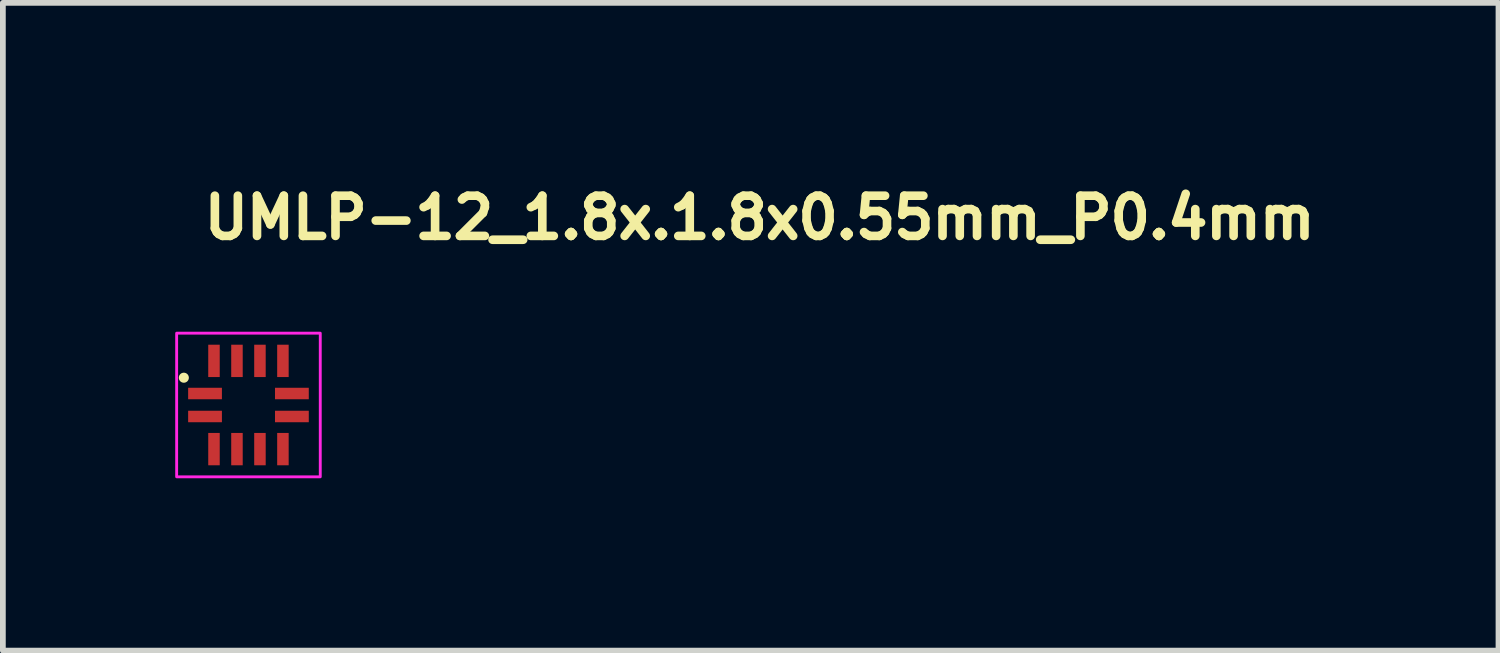
<source format=kicad_pcb>
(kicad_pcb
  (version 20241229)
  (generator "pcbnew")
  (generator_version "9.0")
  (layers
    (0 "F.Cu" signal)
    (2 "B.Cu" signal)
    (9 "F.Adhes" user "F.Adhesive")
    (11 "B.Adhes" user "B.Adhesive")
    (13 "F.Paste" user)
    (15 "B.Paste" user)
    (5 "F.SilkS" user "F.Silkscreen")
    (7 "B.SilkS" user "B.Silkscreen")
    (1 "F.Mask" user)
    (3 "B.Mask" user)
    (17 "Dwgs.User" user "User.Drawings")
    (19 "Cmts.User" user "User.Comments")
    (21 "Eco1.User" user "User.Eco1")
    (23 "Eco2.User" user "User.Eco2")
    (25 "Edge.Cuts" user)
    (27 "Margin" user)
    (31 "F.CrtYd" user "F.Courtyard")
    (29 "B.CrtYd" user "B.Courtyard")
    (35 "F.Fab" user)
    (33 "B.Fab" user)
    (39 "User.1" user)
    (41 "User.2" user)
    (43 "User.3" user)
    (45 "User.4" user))
  (footprint "UMLP-12_1.8x.1.8x0.55mm_P0.4mm"
    (layer "F.Cu")
    (at 1.275 4)
    (property "Reference" "UMLP-12_1.8x.1.8x0.55mm_P0.4mm" (at -0.85 -2.85 0) (layer "F.SilkS") (effects (font (size 0.7 0.7) (thickness 0.15)) (justify left bottom)))
    (attr smd)
    (fp_circle (center -1.125 -0.475) (end -1.075 -0.475) (stroke (width 0.075) (type solid)) (fill yes) (layer "F.SilkS"))
    (fp_rect (start -1.25 -1.25) (end 1.25 1.25) (stroke (width 0.05) (type solid)) (fill no) (layer "F.CrtYd"))
    (fp_rect (start -0.95 -0.95) (end 0.95 0.95) (stroke (width 0.1) (type solid)) (fill no) (layer "User.5"))
    (fp_line (start -0.95 -0.3) (end -0.9 -0.3) (stroke (width 0.02) (type solid)) (layer "User.9"))
    (fp_line (start -0.95 -0.1) (end -0.95 -0.3) (stroke (width 0.02) (type solid)) (layer "User.9"))
    (fp_line (start -0.95 -0.1) (end -0.9 -0.1) (stroke (width 0.02) (type solid)) (layer "User.9"))
    (fp_line (start -0.95 0.1) (end -0.9 0.1) (stroke (width 0.02) (type solid)) (layer "User.9"))
    (fp_line (start -0.95 0.3) (end -0.95 0.1) (stroke (width 0.02) (type solid)) (layer "User.9"))
    (fp_line (start -0.95 0.3) (end -0.9 0.3) (stroke (width 0.02) (type solid)) (layer "User.9"))
    (fp_line (start -0.9 -0.9) (end 0.9 -0.9) (stroke (width 0.02) (type solid)) (layer "User.9"))
    (fp_line (start -0.9 0.9) (end -0.9 -0.9) (stroke (width 0.02) (type solid)) (layer "User.9"))
    (fp_line (start -0.9 0.9) (end 0.9 0.9) (stroke (width 0.02) (type solid)) (layer "User.9"))
    (fp_line (start -0.788 -0.675) (end -0.784 -0.646) (stroke (width 0.02) (type solid)) (layer "User.9"))
    (fp_line (start -0.784 -0.704) (end -0.788 -0.675) (stroke (width 0.02) (type solid)) (layer "User.9"))
    (fp_line (start -0.784 -0.646) (end -0.772 -0.619) (stroke (width 0.02) (type solid)) (layer "User.9"))
    (fp_line (start -0.772 -0.731) (end -0.784 -0.704) (stroke (width 0.02) (type solid)) (layer "User.9"))
    (fp_line (start -0.772 -0.619) (end -0.755 -0.595) (stroke (width 0.02) (type solid)) (layer "User.9"))
    (fp_line (start -0.755 -0.755) (end -0.772 -0.731) (stroke (width 0.02) (type solid)) (layer "User.9"))
    (fp_line (start -0.755 -0.595) (end -0.731 -0.578) (stroke (width 0.02) (type solid)) (layer "User.9"))
    (fp_line (start -0.731 -0.772) (end -0.755 -0.755) (stroke (width 0.02) (type solid)) (layer "User.9"))
    (fp_line (start -0.731 -0.578) (end -0.704 -0.566) (stroke (width 0.02) (type solid)) (layer "User.9"))
    (fp_line (start -0.704 -0.784) (end -0.731 -0.772) (stroke (width 0.02) (type solid)) (layer "User.9"))
    (fp_line (start -0.704 -0.566) (end -0.675 -0.562) (stroke (width 0.02) (type solid)) (layer "User.9"))
    (fp_line (start -0.7 -0.95) (end -0.5 -0.95) (stroke (width 0.02) (type solid)) (layer "User.9"))
    (fp_line (start -0.7 -0.9) (end -0.7 -0.95) (stroke (width 0.02) (type solid)) (layer "User.9"))
    (fp_line (start -0.7 0.95) (end -0.7 0.9) (stroke (width 0.02) (type solid)) (layer "User.9"))
    (fp_line (start -0.7 0.95) (end -0.5 0.95) (stroke (width 0.02) (type solid)) (layer "User.9"))
    (fp_line (start -0.675 -0.788) (end -0.704 -0.784) (stroke (width 0.02) (type solid)) (layer "User.9"))
    (fp_line (start -0.675 -0.562) (end -0.646 -0.566) (stroke (width 0.02) (type solid)) (layer "User.9"))
    (fp_line (start -0.646 -0.784) (end -0.675 -0.788) (stroke (width 0.02) (type solid)) (layer "User.9"))
    (fp_line (start -0.646 -0.566) (end -0.619 -0.578) (stroke (width 0.02) (type solid)) (layer "User.9"))
    (fp_line (start -0.619 -0.772) (end -0.646 -0.784) (stroke (width 0.02) (type solid)) (layer "User.9"))
    (fp_line (start -0.619 -0.578) (end -0.595 -0.595) (stroke (width 0.02) (type solid)) (layer "User.9"))
    (fp_line (start -0.595 -0.755) (end -0.619 -0.772) (stroke (width 0.02) (type solid)) (layer "User.9"))
    (fp_line (start -0.595 -0.595) (end -0.578 -0.619) (stroke (width 0.02) (type solid)) (layer "User.9"))
    (fp_line (start -0.578 -0.731) (end -0.595 -0.755) (stroke (width 0.02) (type solid)) (layer "User.9"))
    (fp_line (start -0.578 -0.619) (end -0.566 -0.646) (stroke (width 0.02) (type solid)) (layer "User.9"))
    (fp_line (start -0.566 -0.704) (end -0.578 -0.731) (stroke (width 0.02) (type solid)) (layer "User.9"))
    (fp_line (start -0.566 -0.646) (end -0.562 -0.675) (stroke (width 0.02) (type solid)) (layer "User.9"))
    (fp_line (start -0.562 -0.675) (end -0.566 -0.704) (stroke (width 0.02) (type solid)) (layer "User.9"))
    (fp_line (start -0.5 -0.9) (end -0.5 -0.95) (stroke (width 0.02) (type solid)) (layer "User.9"))
    (fp_line (start -0.5 0.95) (end -0.5 0.9) (stroke (width 0.02) (type solid)) (layer "User.9"))
    (fp_line (start -0.3 -0.95) (end -0.1 -0.95) (stroke (width 0.02) (type solid)) (layer "User.9"))
    (fp_line (start -0.3 -0.9) (end -0.3 -0.95) (stroke (width 0.02) (type solid)) (layer "User.9"))
    (fp_line (start -0.3 0.95) (end -0.3 0.9) (stroke (width 0.02) (type solid)) (layer "User.9"))
    (fp_line (start -0.3 0.95) (end -0.1 0.95) (stroke (width 0.02) (type solid)) (layer "User.9"))
    (fp_line (start -0.1 -0.9) (end -0.1 -0.95) (stroke (width 0.02) (type solid)) (layer "User.9"))
    (fp_line (start -0.1 0.95) (end -0.1 0.9) (stroke (width 0.02) (type solid)) (layer "User.9"))
    (fp_line (start 0.1 -0.95) (end 0.3 -0.95) (stroke (width 0.02) (type solid)) (layer "User.9"))
    (fp_line (start 0.1 -0.9) (end 0.1 -0.95) (stroke (width 0.02) (type solid)) (layer "User.9"))
    (fp_line (start 0.1 0.95) (end 0.1 0.9) (stroke (width 0.02) (type solid)) (layer "User.9"))
    (fp_line (start 0.1 0.95) (end 0.3 0.95) (stroke (width 0.02) (type solid)) (layer "User.9"))
    (fp_line (start 0.3 -0.9) (end 0.3 -0.95) (stroke (width 0.02) (type solid)) (layer "User.9"))
    (fp_line (start 0.3 0.95) (end 0.3 0.9) (stroke (width 0.02) (type solid)) (layer "User.9"))
    (fp_line (start 0.5 -0.95) (end 0.7 -0.95) (stroke (width 0.02) (type solid)) (layer "User.9"))
    (fp_line (start 0.5 -0.9) (end 0.5 -0.95) (stroke (width 0.02) (type solid)) (layer "User.9"))
    (fp_line (start 0.5 0.95) (end 0.5 0.9) (stroke (width 0.02) (type solid)) (layer "User.9"))
    (fp_line (start 0.5 0.95) (end 0.7 0.95) (stroke (width 0.02) (type solid)) (layer "User.9"))
    (fp_line (start 0.7 -0.9) (end 0.7 -0.95) (stroke (width 0.02) (type solid)) (layer "User.9"))
    (fp_line (start 0.7 0.95) (end 0.7 0.9) (stroke (width 0.02) (type solid)) (layer "User.9"))
    (fp_line (start 0.9 -0.3) (end 0.95 -0.3) (stroke (width 0.02) (type solid)) (layer "User.9"))
    (fp_line (start 0.9 -0.1) (end 0.95 -0.1) (stroke (width 0.02) (type solid)) (layer "User.9"))
    (fp_line (start 0.9 0.1) (end 0.95 0.1) (stroke (width 0.02) (type solid)) (layer "User.9"))
    (fp_line (start 0.9 0.3) (end 0.95 0.3) (stroke (width 0.02) (type solid)) (layer "User.9"))
    (fp_line (start 0.9 0.9) (end 0.9 -0.9) (stroke (width 0.02) (type solid)) (layer "User.9"))
    (fp_line (start 0.95 -0.1) (end 0.95 -0.3) (stroke (width 0.02) (type solid)) (layer "User.9"))
    (fp_line (start 0.95 0.3) (end 0.95 0.1) (stroke (width 0.02) (type solid)) (layer "User.9"))
    (pad "1" smd rect (at -0.756 -0.2 90) (size 0.2 0.588) (layers "F.Cu" "F.Mask" "F.Paste"))
    (pad "2" smd rect (at -0.756 0.2 90) (size 0.2 0.588) (layers "F.Cu" "F.Mask" "F.Paste"))
    (pad "3" smd rect (at -0.6 0.768) (size 0.2 0.563) (layers "F.Cu" "F.Mask" "F.Paste"))
    (pad "4" smd rect (at -0.2 0.768) (size 0.2 0.563) (layers "F.Cu" "F.Mask" "F.Paste"))
    (pad "5" smd rect (at 0.2 0.768) (size 0.2 0.563) (layers "F.Cu" "F.Mask" "F.Paste"))
    (pad "6" smd rect (at 0.6 0.768) (size 0.2 0.563) (layers "F.Cu" "F.Mask" "F.Paste"))
    (pad "7" smd rect (at 0.756 0.2 90) (size 0.2 0.588) (layers "F.Cu" "F.Mask" "F.Paste"))
    (pad "8" smd rect (at 0.756 -0.2 90) (size 0.2 0.588) (layers "F.Cu" "F.Mask" "F.Paste"))
    (pad "9" smd rect (at 0.6 -0.768) (size 0.2 0.563) (layers "F.Cu" "F.Mask" "F.Paste"))
    (pad "10" smd rect (at 0.2 -0.768) (size 0.2 0.563) (layers "F.Cu" "F.Mask" "F.Paste"))
    (pad "11" smd rect (at -0.2 -0.768) (size 0.2 0.563) (layers "F.Cu" "F.Mask" "F.Paste"))
    (pad "12" smd rect (at -0.6 -0.768) (size 0.2 0.563) (layers "F.Cu" "F.Mask" "F.Paste")))
  (gr_rect
    (start -3 -3)
    (end 23.035 8.275)
    (stroke (width 0.1) (type default))
    (fill no)
    (layer "Edge.Cuts")))
</source>
